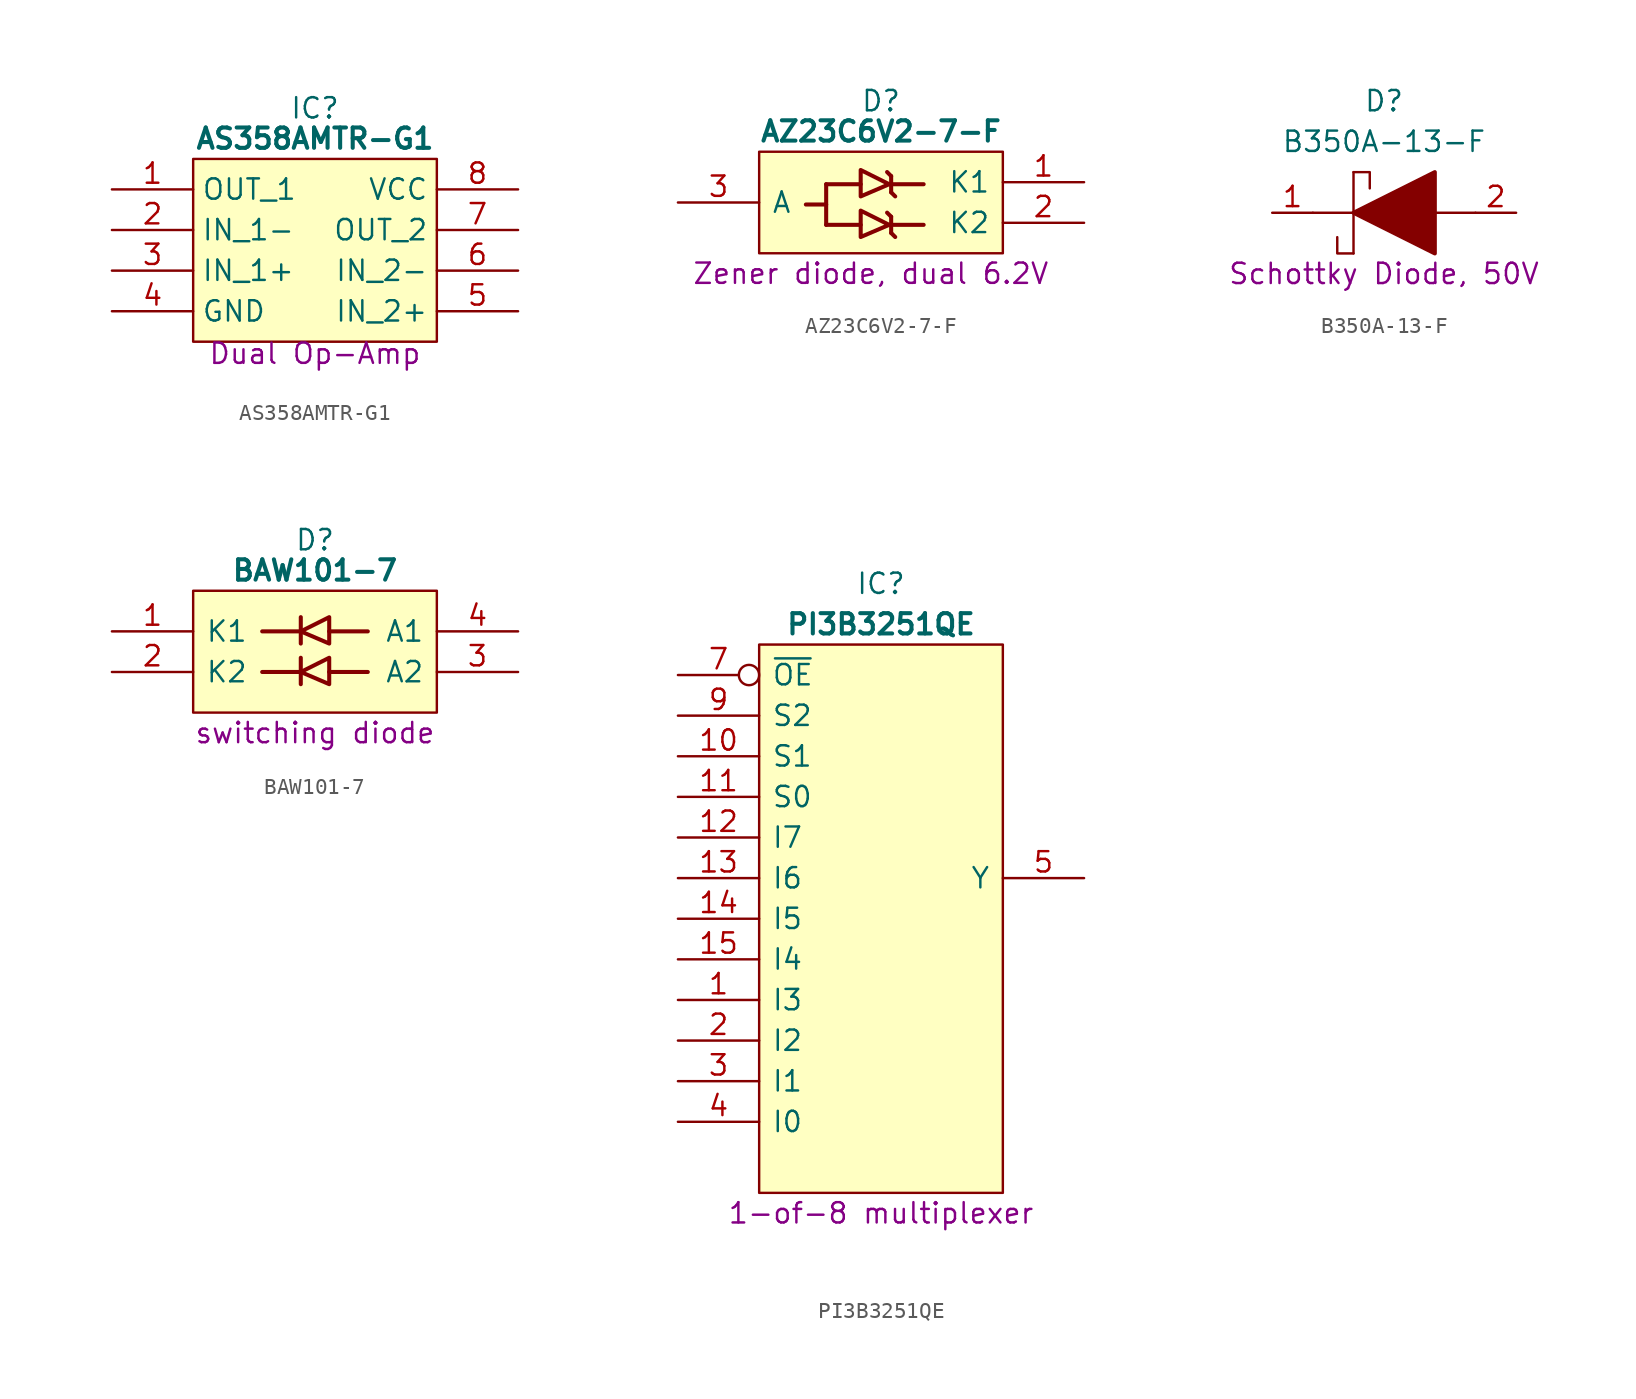
<source format=kicad_sym>
(kicad_symbol_lib
  (version 20231120)
  (generator "kicad_symbol_editor")
  (generator_version "8.0")
  (symbol "AS358AMTR-G1"
    (property "Reference" "IC"
      (at 12.7 5.08 0)
      (effects (font (size 1.27 1.27))))
    (property "Value" "AS358AMTR-G1"
      (at 12.7 3.175 0)
      (effects (font (size 1.27 1.27) (bold yes))))
    (property "Description" "Dual Op-Amp"
      (at 12.7 -9.525 0)
      (effects (font (size 1.27 1.27)) (justify top)))
    (symbol "AS358AMTR-G1_0_1"
      (polyline (pts (xy 5.08 1.905) (xy 20.32 1.905) (xy 20.32 -9.525) (xy 5.08 -9.525) (xy 5.08 1.905)) (stroke (width 0.152) (type default)) (fill (type background))))
    (symbol "AS358AMTR-G1_1_1"
      (pin output line (at 0 0 0) (length 5.08) (name "OUT_1" (effects (font (size 1.27 1.27)))) (number "1" (effects (font (size 1.27 1.27)))))
      (pin input line (at 0 -2.54 0) (length 5.08) (name "IN_1-" (effects (font (size 1.27 1.27)))) (number "2" (effects (font (size 1.27 1.27)))))
      (pin input line (at 0 -5.08 0) (length 5.08) (name "IN_1+" (effects (font (size 1.27 1.27)))) (number "3" (effects (font (size 1.27 1.27)))))
      (pin passive line (at 0 -7.62 0) (length 5.08) (name "GND" (effects (font (size 1.27 1.27)))) (number "4" (effects (font (size 1.27 1.27)))))
      (pin input line (at 25.4 -7.62 180) (length 5.08) (name "IN_2+" (effects (font (size 1.27 1.27)))) (number "5" (effects (font (size 1.27 1.27)))))
      (pin input line (at 25.4 -5.08 180) (length 5.08) (name "IN_2-" (effects (font (size 1.27 1.27)))) (number "6" (effects (font (size 1.27 1.27)))))
      (pin output line (at 25.4 -2.54 180) (length 5.08) (name "OUT_2" (effects (font (size 1.27 1.27)))) (number "7" (effects (font (size 1.27 1.27)))))
      (pin passive line (at 25.4 0 180) (length 5.08) (name "VCC" (effects (font (size 1.27 1.27)))) (number "8" (effects (font (size 1.27 1.27)))))))
  (symbol "AZ23C6V2-7-F"
    (pin_names
      (offset 0.762))
    (property "Reference" "D"
      (at 12.7 6.35 0)
      (effects (font (size 1.27 1.27))))
    (property "Value" "AZ23C6V2-7-F"
      (at 12.7 4.445 0)
      (effects (font (size 1.27 1.27) (thickness 0.254) (bold yes))))
    (property "Description" "Zener diode, dual 6.2V"
      (at 12.065 -4.445 0)
      (effects (font (size 1.27 1.27))))
    (symbol "AZ23C6V2-7-F_0_1"
      (polyline (pts (xy 8.001 -0.127) (xy 9.271 -0.127)) (stroke (width 0.254) (type default)) (fill (type none)))
      (polyline (pts (xy 9.271 -1.397) (xy 11.43 -1.397)) (stroke (width 0.254) (type default)) (fill (type none)))
      (polyline (pts (xy 9.271 1.143) (xy 9.271 -1.397)) (stroke (width 0.254) (type default)) (fill (type none)))
      (polyline (pts (xy 9.271 1.143) (xy 11.43 1.143)) (stroke (width 0.254) (type default)) (fill (type none)))
      (polyline (pts (xy 13.208 -1.397) (xy 15.367 -1.397)) (stroke (width 0.254) (type default)) (fill (type none)))
      (polyline (pts (xy 13.208 1.143) (xy 15.367 1.143)) (stroke (width 0.254) (type default)) (fill (type none)))
      (polyline (pts (xy 13.335 -1.905) (xy 13.589 -2.159)) (stroke (width 0.254) (type default)) (fill (type none)))
      (polyline (pts (xy 13.335 -0.889) (xy 13.081 -0.635)) (stroke (width 0.254) (type default)) (fill (type none)))
      (polyline (pts (xy 13.335 -0.889) (xy 13.335 -1.905)) (stroke (width 0.254) (type default)) (fill (type none)))
      (polyline (pts (xy 13.335 0.635) (xy 13.589 0.381)) (stroke (width 0.254) (type default)) (fill (type none)))
      (polyline (pts (xy 13.335 1.651) (xy 13.081 1.905)) (stroke (width 0.254) (type default)) (fill (type none)))
      (polyline (pts (xy 13.335 1.651) (xy 13.335 0.635)) (stroke (width 0.254) (type default)) (fill (type none)))
      (polyline (pts (xy 11.43 -0.508) (xy 11.43 -2.159) (xy 13.208 -1.397) (xy 11.43 -0.508)) (stroke (width 0.254) (type default)) (fill (type none)))
      (polyline (pts (xy 11.43 2.032) (xy 11.43 0.381) (xy 13.208 1.143) (xy 11.43 2.032)) (stroke (width 0.254) (type default)) (fill (type none)))
      (polyline (pts (xy 20.32 3.175) (xy 5.08 3.175) (xy 5.08 -3.175) (xy 20.32 -3.175) (xy 20.32 3.175)) (stroke (width 0.152) (type default)) (fill (type background))))
    (symbol "AZ23C6V2-7-F_1_0"
      (pin passive line (at 25.4 1.27 180) (length 5.08) (name "K1" (effects (font (size 1.27 1.27)))) (number "1" (effects (font (size 1.27 1.27)))))
      (pin passive line (at 25.4 -1.27 180) (length 5.08) (name "K2" (effects (font (size 1.27 1.27)))) (number "2" (effects (font (size 1.27 1.27)))))
      (pin passive line (at 0 0 0) (length 5.08) (name "A" (effects (font (size 1.27 1.27)))) (number "3" (effects (font (size 1.27 1.27)))))))
  (symbol "B350A-13-F"
    (pin_names
      (offset 0.762))
    (property "Reference" "D"
      (at 6.985 6.985 0)
      (effects (font (size 1.27 1.27))))
    (property "Value" "B350A-13-F"
      (at 6.985 4.445 0)
      (effects (font (size 1.27 1.27))))
    (property "Description" "Schottky Diode, 50V"
      (at 6.985 -3.81 0)
      (effects (font (size 1.27 1.27))))
    (symbol "B350A-13-F_0_0"
      (pin passive line (at 0 0 0) (length 2.54) (name "~" (effects (font (size 1.27 1.27)))) (number "1" (effects (font (size 1.27 1.27)))))
      (pin passive line (at 15.24 0 180) (length 2.54) (name "~" (effects (font (size 1.27 1.27)))) (number "2" (effects (font (size 1.27 1.27))))))
    (symbol "B350A-13-F_0_1"
      (polyline (pts (xy 2.54 0) (xy 5.08 0)) (stroke (width 0.152) (type solid)) (fill (type none)))
      (polyline (pts (xy 5.08 2.54) (xy 5.08 -2.54)) (stroke (width 0.152) (type solid)) (fill (type none)))
      (polyline (pts (xy 10.16 0) (xy 12.7 0)) (stroke (width 0.152) (type solid)) (fill (type none)))
      (polyline (pts (xy 5.08 -2.54) (xy 4.064 -2.54) (xy 4.064 -1.524)) (stroke (width 0.152) (type solid)) (fill (type none)))
      (polyline (pts (xy 5.08 2.54) (xy 6.096 2.54) (xy 6.096 1.524)) (stroke (width 0.152) (type solid)) (fill (type none)))
      (polyline (pts (xy 5.08 0) (xy 10.16 2.54) (xy 10.16 -2.54) (xy 5.08 0)) (stroke (width 0.254) (type solid)) (fill (type outline)))))
  (symbol "BAW101-7"
    (pin_names
      (offset 0.762))
    (property "Reference" "D"
      (at 12.7 5.715 0)
      (effects (font (size 1.27 1.27))))
    (property "Value" "BAW101-7"
      (at 12.7 3.81 0)
      (effects (font (size 1.27 1.27) (bold yes))))
    (property "Description" "switching diode"
      (at 12.7 -6.35 0)
      (effects (font (size 1.27 1.27))))
    (symbol "BAW101-7_0_1"
      (polyline (pts (xy 9.398 -2.54) (xy 11.811 -2.54)) (stroke (width 0.254) (type default)) (fill (type none)))
      (polyline (pts (xy 9.398 0) (xy 11.811 0)) (stroke (width 0.254) (type default)) (fill (type none)))
      (polyline (pts (xy 11.811 -1.651) (xy 11.811 -3.302)) (stroke (width 0.254) (type default)) (fill (type none)))
      (polyline (pts (xy 11.811 0.889) (xy 11.811 -0.762)) (stroke (width 0.254) (type default)) (fill (type none)))
      (polyline (pts (xy 13.589 -2.54) (xy 16.002 -2.54)) (stroke (width 0.254) (type default)) (fill (type none)))
      (polyline (pts (xy 13.589 0) (xy 16.002 0)) (stroke (width 0.254) (type default)) (fill (type none)))
      (polyline (pts (xy 13.589 -1.651) (xy 13.589 -3.302) (xy 11.811 -2.54) (xy 13.589 -1.651)) (stroke (width 0.254) (type default)) (fill (type none)))
      (polyline (pts (xy 13.589 0.889) (xy 13.589 -0.762) (xy 11.811 0) (xy 13.589 0.889)) (stroke (width 0.254) (type default)) (fill (type none)))
      (polyline (pts (xy 5.08 2.54) (xy 20.32 2.54) (xy 20.32 -5.08) (xy 5.08 -5.08) (xy 5.08 2.54)) (stroke (width 0.152) (type default)) (fill (type background))))
    (symbol "BAW101-7_1_0"
      (pin passive line (at 0 0 0) (length 5.08) (name "K1" (effects (font (size 1.27 1.27)))) (number "1" (effects (font (size 1.27 1.27)))))
      (pin passive line (at 0 -2.54 0) (length 5.08) (name "K2" (effects (font (size 1.27 1.27)))) (number "2" (effects (font (size 1.27 1.27)))))
      (pin passive line (at 25.4 -2.54 180) (length 5.08) (name "A2" (effects (font (size 1.27 1.27)))) (number "3" (effects (font (size 1.27 1.27)))))
      (pin passive line (at 25.4 0 180) (length 5.08) (name "A1" (effects (font (size 1.27 1.27)))) (number "4" (effects (font (size 1.27 1.27)))))))
  (symbol "PI3B3251QE"
    (pin_names
      (offset 0.762))
    (property "Reference" "IC"
      (at 12.7 5.715 0)
      (effects (font (size 1.27 1.27))))
    (property "Value" "PI3B3251QE"
      (at 12.7 3.175 0)
      (effects (font (size 1.27 1.27) (bold yes))))
    (property "Description" "1-of-8 multiplexer"
      (at 12.7 -33.655 0)
      (effects (font (size 1.27 1.27))))
    (symbol "PI3B3251QE_0_0"
      (pin input line (at 0 -20.32 0) (length 5.08) (name "I3" (effects (font (size 1.27 1.27)))) (number "1" (effects (font (size 1.27 1.27)))))
      (pin input line (at 0 -5.08 0) (length 5.08) (name "S1" (effects (font (size 1.27 1.27)))) (number "10" (effects (font (size 1.27 1.27)))))
      (pin input line (at 0 -7.62 0) (length 5.08) (name "S0" (effects (font (size 1.27 1.27)))) (number "11" (effects (font (size 1.27 1.27)))))
      (pin input line (at 0 -10.16 0) (length 5.08) (name "I7" (effects (font (size 1.27 1.27)))) (number "12" (effects (font (size 1.27 1.27)))))
      (pin input line (at 0 -12.7 0) (length 5.08) (name "I6" (effects (font (size 1.27 1.27)))) (number "13" (effects (font (size 1.27 1.27)))))
      (pin input line (at 0 -15.24 0) (length 5.08) (name "I5" (effects (font (size 1.27 1.27)))) (number "14" (effects (font (size 1.27 1.27)))))
      (pin input line (at 0 -17.78 0) (length 5.08) (name "I4" (effects (font (size 1.27 1.27)))) (number "15" (effects (font (size 1.27 1.27)))))
      (pin input line (at 0 -22.86 0) (length 5.08) (name "I2" (effects (font (size 1.27 1.27)))) (number "2" (effects (font (size 1.27 1.27)))))
      (pin input line (at 0 -25.4 0) (length 5.08) (name "I1" (effects (font (size 1.27 1.27)))) (number "3" (effects (font (size 1.27 1.27)))))
      (pin input line (at 0 -27.94 0) (length 5.08) (name "I0" (effects (font (size 1.27 1.27)))) (number "4" (effects (font (size 1.27 1.27)))))
      (pin passive line (at 0 -30.48 0) (length 5.08) hide (name "GND" (effects (font (size 1.27 1.27)))) (number "8" (effects (font (size 1.27 1.27)))))
      (pin input line (at 0 -2.54 0) (length 5.08) (name "S2" (effects (font (size 1.27 1.27)))) (number "9" (effects (font (size 1.27 1.27))))))
    (symbol "PI3B3251QE_0_1"
      (polyline (pts (xy 5.08 1.905) (xy 20.32 1.905) (xy 20.32 -32.385) (xy 5.08 -32.385) (xy 5.08 1.905)) (stroke (width 0.152) (type default)) (fill (type background))))
    (symbol "PI3B3251QE_1_0"
      (pin passive line (at 25.4 0 180) (length 5.08) hide (name "3V" (effects (font (size 1.27 1.27)))) (number "16" (effects (font (size 1.27 1.27)))))
      (pin tri_state line (at 25.4 -12.7 180) (length 5.08) (name "Y" (effects (font (size 1.27 1.27)))) (number "5" (effects (font (size 1.27 1.27)))))
      (pin no_connect line (at 25.4 -15.24 180) (length 5.08) hide (name "NC" (effects (font (size 1.27 1.27)))) (number "6" (effects (font (size 1.27 1.27)))))
      (pin input inverted (at 0 0 0) (length 5.08) (name "~{OE}" (effects (font (size 1.27 1.27)))) (number "7" (effects (font (size 1.27 1.27))))))))
</source>
